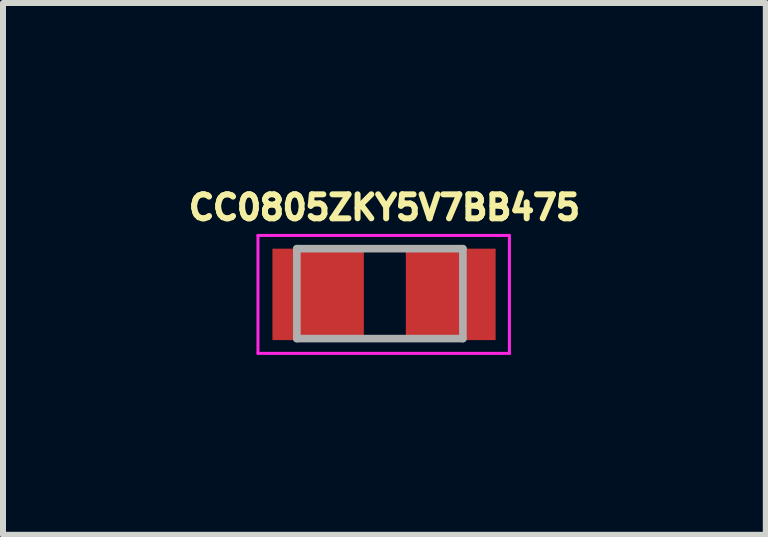
<source format=kicad_pcb>
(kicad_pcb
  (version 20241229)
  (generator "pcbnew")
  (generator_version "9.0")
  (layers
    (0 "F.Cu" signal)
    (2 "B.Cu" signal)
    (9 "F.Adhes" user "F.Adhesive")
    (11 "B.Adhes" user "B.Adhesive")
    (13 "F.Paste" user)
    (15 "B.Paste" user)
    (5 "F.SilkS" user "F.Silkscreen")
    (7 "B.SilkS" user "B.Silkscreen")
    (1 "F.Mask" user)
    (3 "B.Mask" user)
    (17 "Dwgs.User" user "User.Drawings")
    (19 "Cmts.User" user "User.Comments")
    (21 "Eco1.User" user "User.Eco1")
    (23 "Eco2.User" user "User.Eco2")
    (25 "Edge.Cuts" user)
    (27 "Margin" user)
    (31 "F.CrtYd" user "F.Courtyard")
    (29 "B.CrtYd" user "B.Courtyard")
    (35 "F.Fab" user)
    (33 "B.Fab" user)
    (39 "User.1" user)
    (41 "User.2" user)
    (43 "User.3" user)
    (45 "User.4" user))
  (footprint "CC0805ZKY5V7BB475"
    (layer "F.Cu")
    (at 3.358 1.857)
    (property "Reference" "CC0805ZKY5V7BB475" (at 0 -1.448 0) (unlocked yes) (layer "F.SilkS") (effects (font (size 0.4 0.4) (thickness 0.1))))
    (attr smd)
    (fp_line (start -2.108 -0.983) (end 2.083 -0.983) (stroke (width 0.05) (type solid)) (layer "F.CrtYd"))
    (fp_line (start -2.108 0.983) (end -2.108 -0.983) (stroke (width 0.05) (type solid)) (layer "F.CrtYd"))
    (fp_line (start -2.108 0.983) (end 2.083 0.983) (stroke (width 0.05) (type solid)) (layer "F.CrtYd"))
    (fp_line (start 2.083 0.983) (end 2.083 -0.983) (stroke (width 0.05) (type solid)) (layer "F.CrtYd"))
    (fp_line (start -1.46 0.737) (end -1.46 -0.762) (stroke (width 0.127) (type solid)) (layer "F.Fab"))
    (fp_line (start 1.308 -0.762) (end -1.46 -0.762) (stroke (width 0.127) (type solid)) (layer "F.Fab"))
    (fp_line (start 1.308 0.737) (end -1.46 0.737) (stroke (width 0.127) (type solid)) (layer "F.Fab"))
    (fp_line (start 1.308 0.737) (end 1.308 -0.762) (stroke (width 0.127) (type solid)) (layer "F.Fab"))
    (pad "1" smd rect (at -1.105 0) (size 1.524 1.524) (layers "F.Cu" "F.Mask" "F.Paste"))
    (pad "2" smd rect (at 1.105 0 90) (size 1.524 1.497) (layers "F.Cu" "F.Mask" "F.Paste")))
  (gr_rect
    (start -3 -3)
    (end 9.715 5.865)
    (stroke (width 0.1) (type default))
    (fill no)
    (layer "Edge.Cuts")))
</source>
